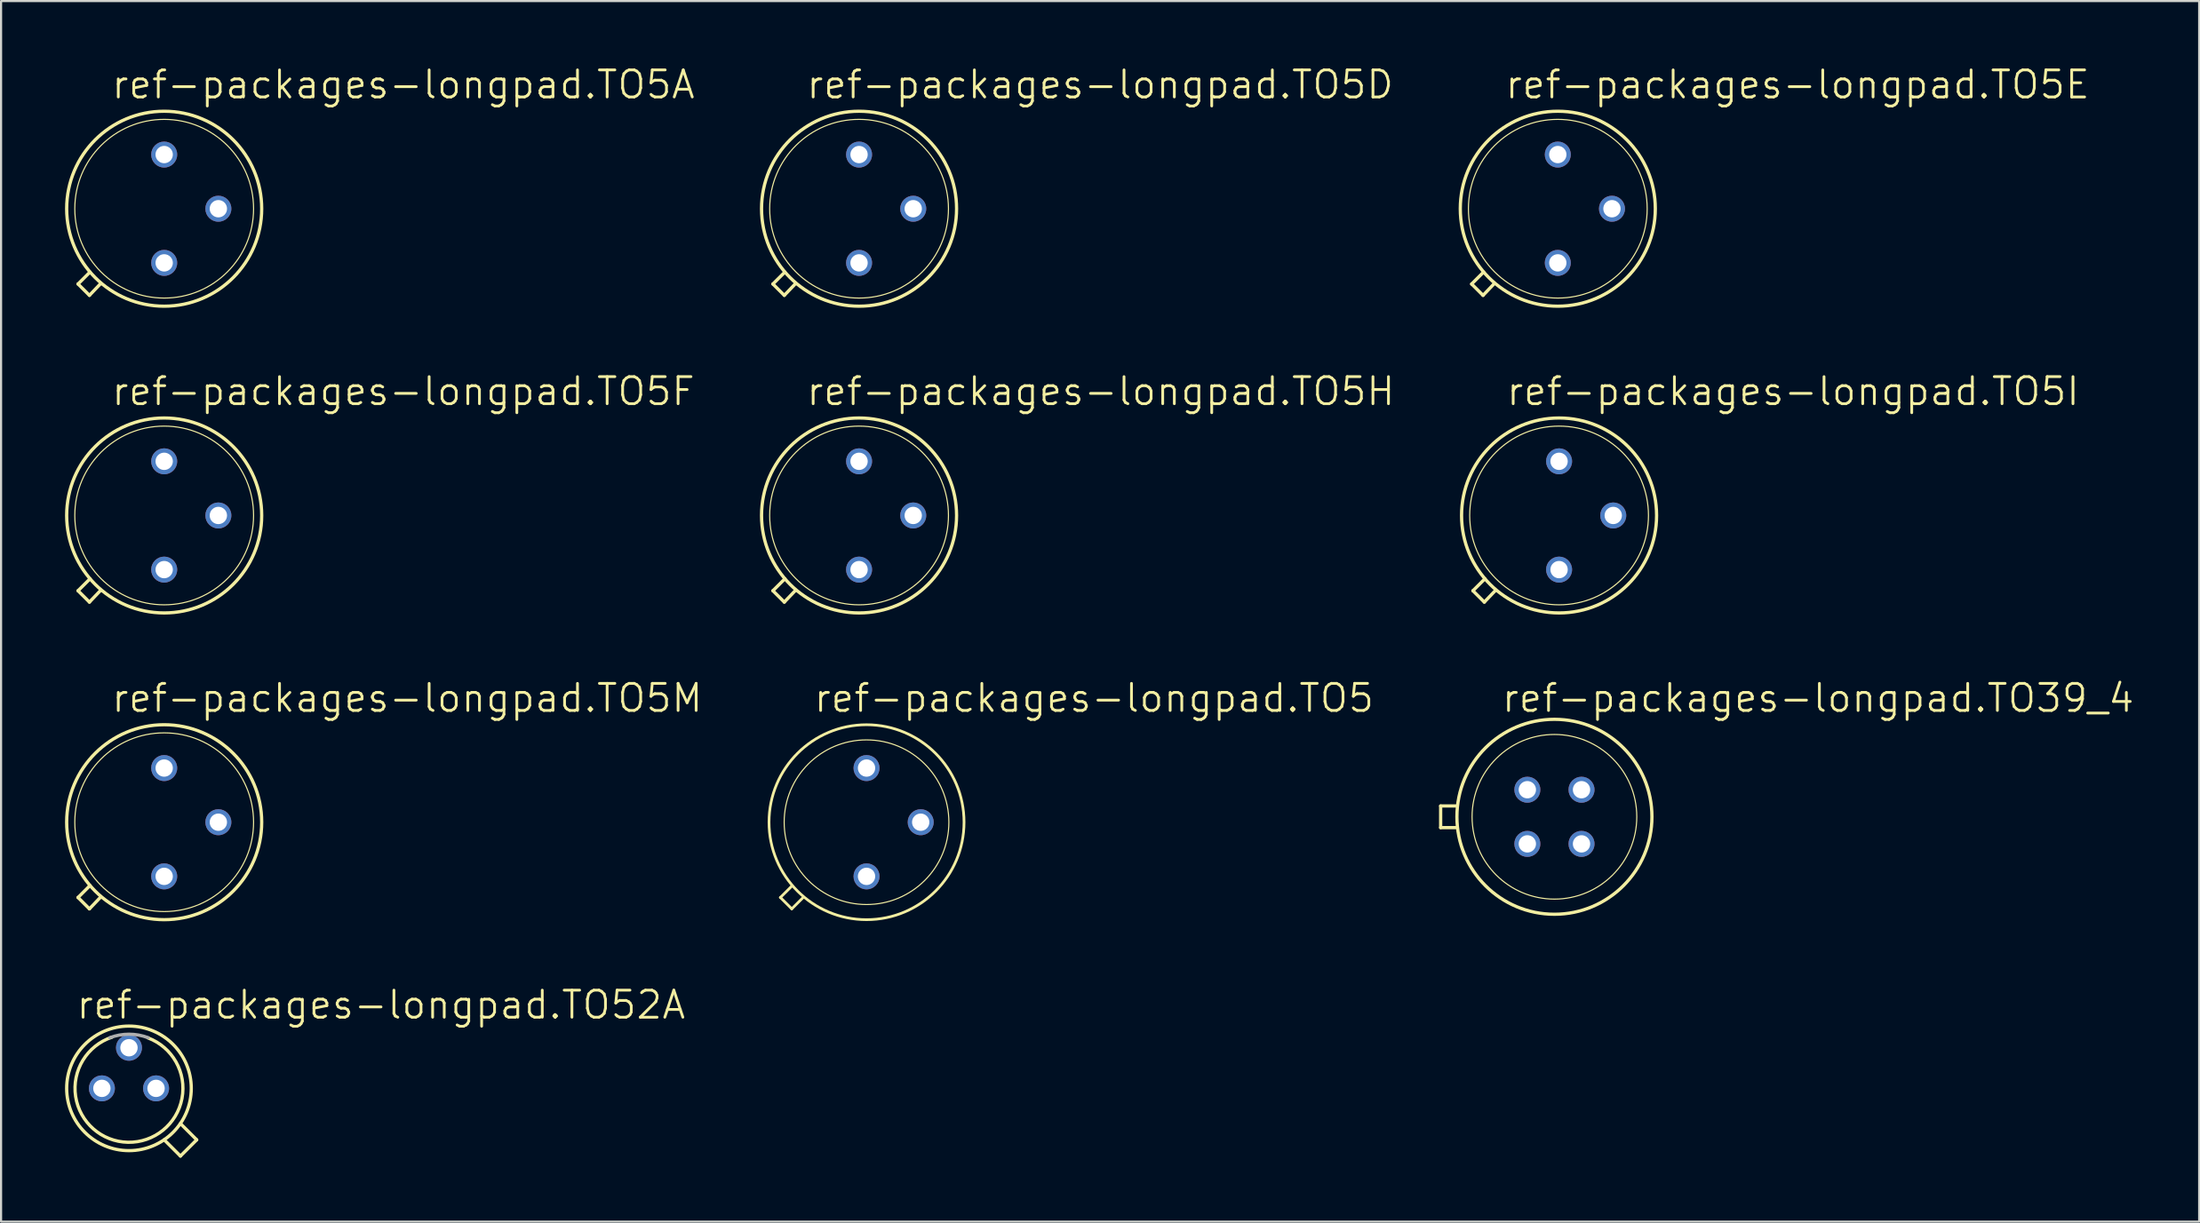
<source format=kicad_pcb>
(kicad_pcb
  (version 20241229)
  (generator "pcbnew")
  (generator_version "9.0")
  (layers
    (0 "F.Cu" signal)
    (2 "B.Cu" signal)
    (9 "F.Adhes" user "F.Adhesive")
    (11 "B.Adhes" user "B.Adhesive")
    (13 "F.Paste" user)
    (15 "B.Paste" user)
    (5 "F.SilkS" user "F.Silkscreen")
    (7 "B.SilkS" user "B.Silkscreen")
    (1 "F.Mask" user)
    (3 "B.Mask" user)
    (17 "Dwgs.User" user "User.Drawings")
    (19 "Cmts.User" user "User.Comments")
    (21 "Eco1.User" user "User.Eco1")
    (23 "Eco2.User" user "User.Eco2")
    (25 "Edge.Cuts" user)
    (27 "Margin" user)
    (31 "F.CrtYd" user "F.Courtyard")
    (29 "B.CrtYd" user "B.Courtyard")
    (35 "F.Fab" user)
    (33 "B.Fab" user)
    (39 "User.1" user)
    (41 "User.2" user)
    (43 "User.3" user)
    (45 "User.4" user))
  (footprint "ref-packages-longpad.TO52A"
    (layer "F.Cu")
    (at 2.997 48)
    (property "Reference" "ref-packages-longpad.TO52A" (at -2.54 -3.175 0) (layer "F.SilkS") (effects (font (size 1.27 1.27) (thickness 0.13)) (justify left bottom)))
    (attr through_hole)
    (fp_line (start 2.413 3.175) (end 1.649 2.411) (stroke (width 0.152) (type default)) (layer "F.SilkS"))
    (fp_line (start 3.175 2.413) (end 2.411 1.649) (stroke (width 0.152) (type default)) (layer "F.SilkS"))
    (fp_line (start 3.175 2.413) (end 2.413 3.175) (stroke (width 0.152) (type default)) (layer "F.SilkS"))
    (fp_arc (start 0.888278 -2.368747) (mid -0.046823 2.529393) (end -0.8 -2.4) (stroke (width 0.1524) (type default)) (layer "F.SilkS"))
    (fp_circle (center 0 0) (end 2.921 0) (stroke (width 0.152) (type default)) (fill no) (layer "F.SilkS"))
    (fp_arc (start -0.9008 -2.3749) (mid 0 -2.539998) (end 0.9008 -2.3749) (stroke (width 0.1524) (type default)) (layer "F.Fab"))
    (pad "1" thru_hole circle (at -1.27 0) (size 1.219 1.219) (drill 0.813) (layers "*.Cu" "*.Mask"))
    (pad "2" thru_hole circle (at 0 -1.905) (size 1.219 1.219) (drill 0.813) (layers "*.Cu" "*.Mask"))
    (pad "3" thru_hole circle (at 1.27 0) (size 1.219 1.219) (drill 0.813) (layers "*.Cu" "*.Mask")))
  (footprint "ref-packages-longpad.TO5M"
    (layer "F.Cu")
    (at 4.648 35.516)
    (property "Reference" "ref-packages-longpad.TO5M" (at -2.54 -5.08 0) (layer "F.SilkS") (effects (font (size 1.27 1.27) (thickness 0.13)) (justify left bottom)))
    (attr through_hole)
    (fp_line (start -4.039 3.531) (end -3.48 2.972) (stroke (width 0.152) (type default)) (layer "F.SilkS"))
    (fp_line (start -3.505 4.064) (end -4.039 3.531) (stroke (width 0.152) (type default)) (layer "F.SilkS"))
    (fp_line (start -2.972 3.505) (end -3.505 4.064) (stroke (width 0.152) (type default)) (layer "F.SilkS"))
    (fp_circle (center 0 0) (end 4.191 0) (stroke (width 0.051) (type default)) (fill no) (layer "F.SilkS"))
    (fp_circle (center 0 0) (end 4.572 0) (stroke (width 0.152) (type default)) (fill no) (layer "F.SilkS"))
    (pad "D" thru_hole circle (at 0 -2.54) (size 1.219 1.219) (drill 0.813) (layers "*.Cu" "*.Mask"))
    (pad "G" thru_hole circle (at 2.54 0) (size 1.219 1.219) (drill 0.813) (layers "*.Cu" "*.Mask"))
    (pad "S" thru_hole circle (at 0 2.54) (size 1.219 1.219) (drill 0.813) (layers "*.Cu" "*.Mask")))
  (footprint "ref-packages-longpad.TO5I"
    (layer "F.Cu")
    (at 70.049 21.128)
    (property "Reference" "ref-packages-longpad.TO5I" (at -2.54 -5.08 0) (layer "F.SilkS") (effects (font (size 1.27 1.27) (thickness 0.13)) (justify left bottom)))
    (attr through_hole)
    (fp_line (start -4.039 3.531) (end -3.48 2.972) (stroke (width 0.152) (type default)) (layer "F.SilkS"))
    (fp_line (start -3.505 4.064) (end -4.039 3.531) (stroke (width 0.152) (type default)) (layer "F.SilkS"))
    (fp_line (start -2.972 3.505) (end -3.505 4.064) (stroke (width 0.152) (type default)) (layer "F.SilkS"))
    (fp_circle (center 0 0) (end 4.191 0) (stroke (width 0.051) (type default)) (fill no) (layer "F.SilkS"))
    (fp_circle (center 0 0) (end 4.572 0) (stroke (width 0.152) (type default)) (fill no) (layer "F.SilkS"))
    (pad "D" thru_hole circle (at 0 -2.54) (size 1.219 1.219) (drill 0.813) (layers "*.Cu" "*.Mask"))
    (pad "G" thru_hole circle (at 2.54 0) (size 1.219 1.219) (drill 0.813) (layers "*.Cu" "*.Mask"))
    (pad "S" thru_hole circle (at 0 2.54) (size 1.219 1.219) (drill 0.813) (layers "*.Cu" "*.Mask")))
  (footprint "ref-packages-longpad.TO5"
    (layer "F.Cu")
    (at 37.578 35.516)
    (property "Reference" "ref-packages-longpad.TO5" (at -2.54 -5.08 0) (layer "F.SilkS") (effects (font (size 1.27 1.27) (thickness 0.13)) (justify left bottom)))
    (attr through_hole)
    (fp_line (start -4.039 3.531) (end -3.505 2.997) (stroke (width 0.127) (type default)) (layer "F.SilkS"))
    (fp_line (start -3.505 4.064) (end -4.039 3.531) (stroke (width 0.127) (type default)) (layer "F.SilkS"))
    (fp_line (start -2.972 3.531) (end -3.505 4.064) (stroke (width 0.127) (type default)) (layer "F.SilkS"))
    (fp_circle (center 0 0) (end 3.861 0) (stroke (width 0.051) (type default)) (fill no) (layer "F.SilkS"))
    (fp_circle (center 0 0) (end 4.572 0) (stroke (width 0.127) (type default)) (fill no) (layer "F.SilkS"))
    (pad "1" thru_hole circle (at 0 2.54) (size 1.219 1.219) (drill 0.813) (layers "*.Cu" "*.Mask"))
    (pad "2" thru_hole circle (at 2.54 0) (size 1.219 1.219) (drill 0.813) (layers "*.Cu" "*.Mask"))
    (pad "3" thru_hole circle (at 0 -2.54) (size 1.219 1.219) (drill 0.813) (layers "*.Cu" "*.Mask")))
  (footprint "ref-packages-longpad.TO5E"
    (layer "F.Cu")
    (at 69.989 6.74)
    (property "Reference" "ref-packages-longpad.TO5E" (at -2.54 -5.08 0) (layer "F.SilkS") (effects (font (size 1.27 1.27) (thickness 0.13)) (justify left bottom)))
    (attr through_hole)
    (fp_line (start -4.039 3.531) (end -3.48 2.972) (stroke (width 0.152) (type default)) (layer "F.SilkS"))
    (fp_line (start -3.505 4.064) (end -4.039 3.531) (stroke (width 0.152) (type default)) (layer "F.SilkS"))
    (fp_line (start -2.972 3.505) (end -3.505 4.064) (stroke (width 0.152) (type default)) (layer "F.SilkS"))
    (fp_circle (center 0 0) (end 4.191 0) (stroke (width 0.051) (type default)) (fill no) (layer "F.SilkS"))
    (fp_circle (center 0 0) (end 4.572 0) (stroke (width 0.152) (type default)) (fill no) (layer "F.SilkS"))
    (pad "A" thru_hole circle (at 0 -2.54) (size 1.219 1.219) (drill 0.813) (layers "*.Cu" "*.Mask"))
    (pad "C" thru_hole circle (at 0 2.54) (size 1.219 1.219) (drill 0.813) (layers "*.Cu" "*.Mask"))
    (pad "G" thru_hole circle (at 2.54 0) (size 1.219 1.219) (drill 0.813) (layers "*.Cu" "*.Mask")))
  (footprint "ref-packages-longpad.TO5F"
    (layer "F.Cu")
    (at 4.648 21.128)
    (property "Reference" "ref-packages-longpad.TO5F" (at -2.54 -5.08 0) (layer "F.SilkS") (effects (font (size 1.27 1.27) (thickness 0.13)) (justify left bottom)))
    (attr through_hole)
    (fp_line (start -4.039 3.531) (end -3.48 2.972) (stroke (width 0.152) (type default)) (layer "F.SilkS"))
    (fp_line (start -3.505 4.064) (end -4.039 3.531) (stroke (width 0.152) (type default)) (layer "F.SilkS"))
    (fp_line (start -2.972 3.505) (end -3.505 4.064) (stroke (width 0.152) (type default)) (layer "F.SilkS"))
    (fp_circle (center 0 0) (end 4.191 0) (stroke (width 0.051) (type default)) (fill no) (layer "F.SilkS"))
    (fp_circle (center 0 0) (end 4.572 0) (stroke (width 0.152) (type default)) (fill no) (layer "F.SilkS"))
    (pad "D" thru_hole circle (at 2.54 0) (size 1.219 1.219) (drill 0.813) (layers "*.Cu" "*.Mask"))
    (pad "G" thru_hole circle (at 0 -2.54) (size 1.219 1.219) (drill 0.813) (layers "*.Cu" "*.Mask"))
    (pad "S" thru_hole circle (at 0 2.54) (size 1.219 1.219) (drill 0.813) (layers "*.Cu" "*.Mask")))
  (footprint "ref-packages-longpad.TO39_4"
    (layer "F.Cu")
    (at 69.831 35.262)
    (property "Reference" "ref-packages-longpad.TO39_4" (at -2.54 -4.826 0) (layer "F.SilkS") (effects (font (size 1.27 1.27) (thickness 0.13)) (justify left bottom)))
    (attr through_hole)
    (fp_line (start -5.334 0.508) (end -5.334 -0.508) (stroke (width 0.152) (type default)) (layer "F.SilkS"))
    (fp_line (start -5.334 0.508) (end -4.572 0.508) (stroke (width 0.152) (type default)) (layer "F.SilkS"))
    (fp_line (start -4.572 -0.508) (end -5.334 -0.508) (stroke (width 0.152) (type default)) (layer "F.SilkS"))
    (fp_circle (center 0 0) (end 3.861 0) (stroke (width 0.051) (type default)) (fill no) (layer "F.SilkS"))
    (fp_circle (center 0 0) (end 4.572 0) (stroke (width 0.152) (type default)) (fill no) (layer "F.SilkS"))
    (pad "1" thru_hole circle (at -1.27 1.27) (size 1.219 1.219) (drill 0.813) (layers "*.Cu" "*.Mask"))
    (pad "2" thru_hole circle (at 1.27 1.27) (size 1.219 1.219) (drill 0.813) (layers "*.Cu" "*.Mask"))
    (pad "3" thru_hole circle (at 1.27 -1.27) (size 1.219 1.219) (drill 0.813) (layers "*.Cu" "*.Mask"))
    (pad "4" thru_hole circle (at -1.27 -1.27) (size 1.219 1.219) (drill 0.813) (layers "*.Cu" "*.Mask")))
  (footprint "ref-packages-longpad.TO5D"
    (layer "F.Cu")
    (at 37.228 6.74)
    (property "Reference" "ref-packages-longpad.TO5D" (at -2.54 -5.08 0) (layer "F.SilkS") (effects (font (size 1.27 1.27) (thickness 0.13)) (justify left bottom)))
    (attr through_hole)
    (fp_line (start -4.039 3.531) (end -3.48 2.972) (stroke (width 0.152) (type default)) (layer "F.SilkS"))
    (fp_line (start -3.505 4.064) (end -4.039 3.531) (stroke (width 0.152) (type default)) (layer "F.SilkS"))
    (fp_line (start -2.972 3.505) (end -3.505 4.064) (stroke (width 0.152) (type default)) (layer "F.SilkS"))
    (fp_circle (center 0 0) (end 4.191 0) (stroke (width 0.051) (type default)) (fill no) (layer "F.SilkS"))
    (fp_circle (center 0 0) (end 4.572 0) (stroke (width 0.152) (type default)) (fill no) (layer "F.SilkS"))
    (pad "D" thru_hole circle (at 0 2.54) (size 1.219 1.219) (drill 0.813) (layers "*.Cu" "*.Mask"))
    (pad "G" thru_hole circle (at 0 -2.54) (size 1.219 1.219) (drill 0.813) (layers "*.Cu" "*.Mask"))
    (pad "S" thru_hole circle (at 2.54 0) (size 1.219 1.219) (drill 0.813) (layers "*.Cu" "*.Mask")))
  (footprint "ref-packages-longpad.TO5A"
    (layer "F.Cu")
    (at 4.648 6.74)
    (property "Reference" "ref-packages-longpad.TO5A" (at -2.54 -5.08 0) (layer "F.SilkS") (effects (font (size 1.27 1.27) (thickness 0.13)) (justify left bottom)))
    (attr through_hole)
    (fp_line (start -4.039 3.531) (end -3.48 2.972) (stroke (width 0.152) (type default)) (layer "F.SilkS"))
    (fp_line (start -3.505 4.064) (end -4.039 3.531) (stroke (width 0.152) (type default)) (layer "F.SilkS"))
    (fp_line (start -2.972 3.505) (end -3.505 4.064) (stroke (width 0.152) (type default)) (layer "F.SilkS"))
    (fp_circle (center 0 0) (end 4.191 0) (stroke (width 0.051) (type default)) (fill no) (layer "F.SilkS"))
    (fp_circle (center 0 0) (end 4.572 0) (stroke (width 0.152) (type default)) (fill no) (layer "F.SilkS"))
    (pad "B" thru_hole circle (at 2.54 0) (size 1.219 1.219) (drill 0.813) (layers "*.Cu" "*.Mask"))
    (pad "C" thru_hole circle (at 0 -2.54) (size 1.219 1.219) (drill 0.813) (layers "*.Cu" "*.Mask"))
    (pad "E" thru_hole circle (at 0 2.54) (size 1.219 1.219) (drill 0.813) (layers "*.Cu" "*.Mask")))
  (footprint "ref-packages-longpad.TO5H"
    (layer "F.Cu")
    (at 37.228 21.128)
    (property "Reference" "ref-packages-longpad.TO5H" (at -2.54 -5.08 0) (layer "F.SilkS") (effects (font (size 1.27 1.27) (thickness 0.13)) (justify left bottom)))
    (attr through_hole)
    (fp_line (start -4.039 3.531) (end -3.48 2.972) (stroke (width 0.152) (type default)) (layer "F.SilkS"))
    (fp_line (start -3.505 4.064) (end -4.039 3.531) (stroke (width 0.152) (type default)) (layer "F.SilkS"))
    (fp_line (start -2.972 3.505) (end -3.505 4.064) (stroke (width 0.152) (type default)) (layer "F.SilkS"))
    (fp_circle (center 0 0) (end 4.191 0) (stroke (width 0.051) (type default)) (fill no) (layer "F.SilkS"))
    (fp_circle (center 0 0) (end 4.572 0) (stroke (width 0.152) (type default)) (fill no) (layer "F.SilkS"))
    (pad "A1" thru_hole circle (at 0 2.54) (size 1.219 1.219) (drill 0.813) (layers "*.Cu" "*.Mask"))
    (pad "A2" thru_hole circle (at 0 -2.54) (size 1.219 1.219) (drill 0.813) (layers "*.Cu" "*.Mask"))
    (pad "G" thru_hole circle (at 2.54 0) (size 1.219 1.219) (drill 0.813) (layers "*.Cu" "*.Mask")))
  (gr_rect
    (start -3 -3)
    (end 100.06 54.251)
    (stroke (width 0.1) (type default))
    (fill no)
    (layer "Edge.Cuts")))
</source>
